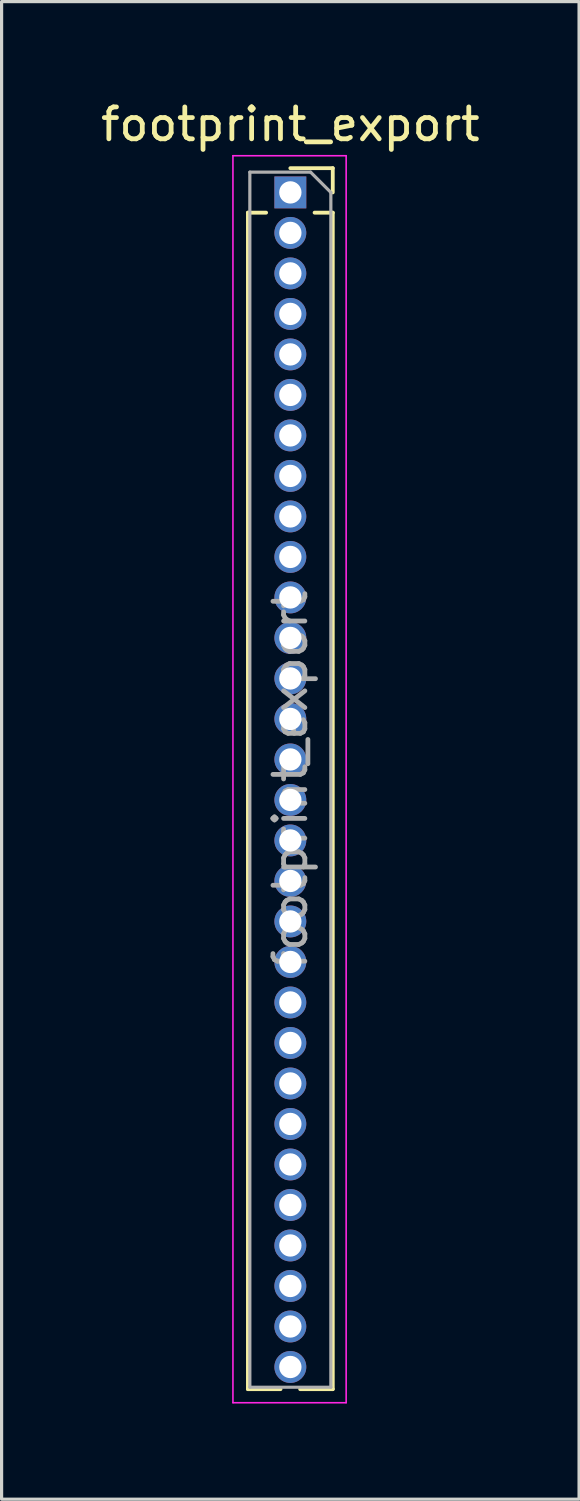
<source format=kicad_pcb>
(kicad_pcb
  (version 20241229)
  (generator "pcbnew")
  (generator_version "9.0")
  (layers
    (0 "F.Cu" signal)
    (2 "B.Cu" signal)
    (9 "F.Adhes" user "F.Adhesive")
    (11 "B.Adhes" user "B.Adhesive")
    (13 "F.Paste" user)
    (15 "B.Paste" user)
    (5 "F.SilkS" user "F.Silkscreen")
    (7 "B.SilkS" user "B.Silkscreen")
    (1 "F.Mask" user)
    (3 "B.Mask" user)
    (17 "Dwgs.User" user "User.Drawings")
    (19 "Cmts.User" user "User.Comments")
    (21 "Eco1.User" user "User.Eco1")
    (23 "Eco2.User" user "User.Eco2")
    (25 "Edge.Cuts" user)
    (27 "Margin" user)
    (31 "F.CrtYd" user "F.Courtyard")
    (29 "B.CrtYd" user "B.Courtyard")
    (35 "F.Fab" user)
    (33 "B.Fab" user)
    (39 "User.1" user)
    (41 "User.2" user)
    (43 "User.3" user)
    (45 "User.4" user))
  (footprint "footprint_export"
    (layer "F.Cu")
    (at 6.054 2.983)
    (property "Reference" "footprint_export" (at 0 -2.135 0) (layer "F.SilkS") (effects (font (size 1 1) (thickness 0.15))))
    (attr through_hole)
    (fp_line (start -1.33 0.635) (end -1.33 37.525) (stroke (width 0.12) (type solid)) (layer "F.SilkS"))
    (fp_line (start -1.33 0.635) (end -0.76 0.635) (stroke (width 0.12) (type solid)) (layer "F.SilkS"))
    (fp_line (start -1.33 37.525) (end -0.308 37.525) (stroke (width 0.12) (type solid)) (layer "F.SilkS"))
    (fp_line (start 0 -0.76) (end 1.33 -0.76) (stroke (width 0.12) (type solid)) (layer "F.SilkS"))
    (fp_line (start 0.308 37.525) (end 1.33 37.525) (stroke (width 0.12) (type solid)) (layer "F.SilkS"))
    (fp_line (start 0.76 0.635) (end 1.33 0.635) (stroke (width 0.12) (type solid)) (layer "F.SilkS"))
    (fp_line (start 1.33 -0.76) (end 1.33 0) (stroke (width 0.12) (type solid)) (layer "F.SilkS"))
    (fp_line (start 1.33 0.635) (end 1.33 37.525) (stroke (width 0.12) (type solid)) (layer "F.SilkS"))
    (fp_line (start -1.8 -1.15) (end 1.75 -1.15) (stroke (width 0.05) (type solid)) (layer "F.CrtYd"))
    (fp_line (start -1.8 37.95) (end -1.8 -1.15) (stroke (width 0.05) (type solid)) (layer "F.CrtYd"))
    (fp_line (start 1.75 -1.15) (end 1.75 37.95) (stroke (width 0.05) (type solid)) (layer "F.CrtYd"))
    (fp_line (start 1.75 37.95) (end -1.8 37.95) (stroke (width 0.05) (type solid)) (layer "F.CrtYd"))
    (fp_line (start -1.27 -0.635) (end 0.635 -0.635) (stroke (width 0.1) (type solid)) (layer "F.Fab"))
    (fp_line (start -1.27 37.465) (end -1.27 -0.635) (stroke (width 0.1) (type solid)) (layer "F.Fab"))
    (fp_line (start 0.635 -0.635) (end 1.27 0) (stroke (width 0.1) (type solid)) (layer "F.Fab"))
    (fp_line (start 1.27 0) (end 1.27 37.465) (stroke (width 0.1) (type solid)) (layer "F.Fab"))
    (fp_line (start 1.27 37.465) (end -1.27 37.465) (stroke (width 0.1) (type solid)) (layer "F.Fab"))
    (fp_text user "${REFERENCE}" (at 0 18.415 90) (layer "F.Fab") (effects (font (size 1 1) (thickness 0.15))))
    (pad "1" thru_hole rect (at 0 0) (size 1 1) (drill 0.7) (layers "*.Cu" "*.Mask"))
    (pad "2" thru_hole oval (at 0 1.27) (size 1 1) (drill 0.7) (layers "*.Cu" "*.Mask"))
    (pad "3" thru_hole oval (at 0 2.54) (size 1 1) (drill 0.7) (layers "*.Cu" "*.Mask"))
    (pad "4" thru_hole oval (at 0 3.81) (size 1 1) (drill 0.7) (layers "*.Cu" "*.Mask"))
    (pad "5" thru_hole oval (at 0 5.08) (size 1 1) (drill 0.7) (layers "*.Cu" "*.Mask"))
    (pad "6" thru_hole oval (at 0 6.35) (size 1 1) (drill 0.7) (layers "*.Cu" "*.Mask"))
    (pad "7" thru_hole oval (at 0 7.62) (size 1 1) (drill 0.7) (layers "*.Cu" "*.Mask"))
    (pad "8" thru_hole oval (at 0 8.89) (size 1 1) (drill 0.7) (layers "*.Cu" "*.Mask"))
    (pad "9" thru_hole oval (at 0 10.16) (size 1 1) (drill 0.7) (layers "*.Cu" "*.Mask"))
    (pad "10" thru_hole oval (at 0 11.43) (size 1 1) (drill 0.7) (layers "*.Cu" "*.Mask"))
    (pad "11" thru_hole oval (at 0 12.7) (size 1 1) (drill 0.7) (layers "*.Cu" "*.Mask"))
    (pad "12" thru_hole oval (at 0 13.97) (size 1 1) (drill 0.7) (layers "*.Cu" "*.Mask"))
    (pad "13" thru_hole oval (at 0 15.24) (size 1 1) (drill 0.7) (layers "*.Cu" "*.Mask"))
    (pad "14" thru_hole oval (at 0 16.51) (size 1 1) (drill 0.7) (layers "*.Cu" "*.Mask"))
    (pad "15" thru_hole oval (at 0 17.78) (size 1 1) (drill 0.7) (layers "*.Cu" "*.Mask"))
    (pad "16" thru_hole oval (at 0 19.05) (size 1 1) (drill 0.7) (layers "*.Cu" "*.Mask"))
    (pad "17" thru_hole oval (at 0 20.32) (size 1 1) (drill 0.7) (layers "*.Cu" "*.Mask"))
    (pad "18" thru_hole oval (at 0 21.59) (size 1 1) (drill 0.7) (layers "*.Cu" "*.Mask"))
    (pad "19" thru_hole oval (at 0 22.86) (size 1 1) (drill 0.7) (layers "*.Cu" "*.Mask"))
    (pad "20" thru_hole oval (at 0 24.13) (size 1 1) (drill 0.7) (layers "*.Cu" "*.Mask"))
    (pad "21" thru_hole oval (at 0 25.4) (size 1 1) (drill 0.7) (layers "*.Cu" "*.Mask"))
    (pad "22" thru_hole oval (at 0 26.67) (size 1 1) (drill 0.7) (layers "*.Cu" "*.Mask"))
    (pad "23" thru_hole oval (at 0 27.94) (size 1 1) (drill 0.7) (layers "*.Cu" "*.Mask"))
    (pad "24" thru_hole oval (at 0 29.21) (size 1 1) (drill 0.7) (layers "*.Cu" "*.Mask"))
    (pad "25" thru_hole oval (at 0 30.48) (size 1 1) (drill 0.7) (layers "*.Cu" "*.Mask"))
    (pad "26" thru_hole oval (at 0 31.75) (size 1 1) (drill 0.7) (layers "*.Cu" "*.Mask"))
    (pad "27" thru_hole oval (at 0 33.02) (size 1 1) (drill 0.7) (layers "*.Cu" "*.Mask"))
    (pad "28" thru_hole oval (at 0 34.29) (size 1 1) (drill 0.7) (layers "*.Cu" "*.Mask"))
    (pad "29" thru_hole oval (at 0 35.56) (size 1 1) (drill 0.7) (layers "*.Cu" "*.Mask"))
    (pad "30" thru_hole oval (at 0 36.83) (size 1 1) (drill 0.7) (layers "*.Cu" "*.Mask")))
  (gr_rect
    (start -3 -3)
    (end 15.107 43.958)
    (stroke (width 0.1) (type default))
    (fill no)
    (layer "Edge.Cuts")))
</source>
